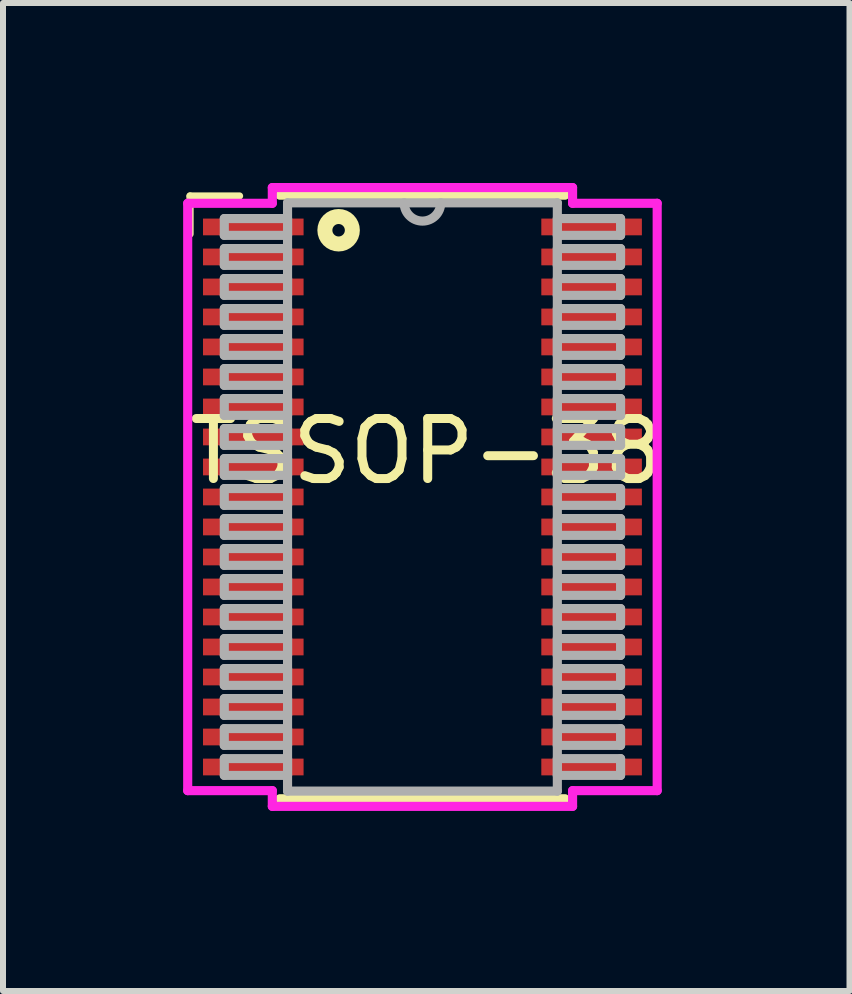
<source format=kicad_pcb>
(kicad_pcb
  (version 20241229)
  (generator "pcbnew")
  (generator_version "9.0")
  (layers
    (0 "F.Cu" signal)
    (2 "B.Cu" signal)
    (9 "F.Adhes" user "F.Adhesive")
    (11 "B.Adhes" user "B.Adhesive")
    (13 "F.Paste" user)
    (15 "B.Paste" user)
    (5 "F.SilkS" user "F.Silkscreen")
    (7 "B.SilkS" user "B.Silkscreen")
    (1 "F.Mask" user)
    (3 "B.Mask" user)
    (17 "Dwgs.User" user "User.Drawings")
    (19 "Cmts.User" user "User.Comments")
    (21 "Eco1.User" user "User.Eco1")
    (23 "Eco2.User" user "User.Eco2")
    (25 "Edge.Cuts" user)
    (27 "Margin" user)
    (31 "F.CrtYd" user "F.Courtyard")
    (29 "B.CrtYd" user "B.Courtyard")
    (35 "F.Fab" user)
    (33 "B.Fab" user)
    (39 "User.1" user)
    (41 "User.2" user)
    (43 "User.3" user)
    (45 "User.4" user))
  (footprint "TSSOP-38"
    (layer "F.Cu")
    (at 3.99 5.232)
    (property "Reference" "TSSOP-38" (at 0.064 -0.762 0) (layer "F.SilkS") (effects (font (size 1 1) (thickness 0.15))))
    (attr through_hole)
    (fp_line (start -3.873 -5.016) (end -3.873 -4.381) (stroke (width 0.12) (type solid)) (layer "F.SilkS"))
    (fp_line (start -3.048 -5.016) (end -3.873 -5.016) (stroke (width 0.12) (type solid)) (layer "F.SilkS"))
    (fp_line (start -2.375 5.029) (end 2.375 5.029) (stroke (width 0.152) (type solid)) (layer "F.SilkS"))
    (fp_line (start 2.375 -5.029) (end -2.375 -5.029) (stroke (width 0.152) (type solid)) (layer "F.SilkS"))
    (fp_circle (center -1.397 -4.445) (end -1.168 -4.445) (stroke (width 0.25) (type solid)) (fill no) (layer "F.SilkS"))
    (fp_line (start -3.912 -4.894) (end -2.502 -4.894) (stroke (width 0.152) (type solid)) (layer "F.CrtYd"))
    (fp_line (start -3.912 4.894) (end -3.912 -4.894) (stroke (width 0.152) (type solid)) (layer "F.CrtYd"))
    (fp_line (start -2.502 -5.156) (end 2.502 -5.156) (stroke (width 0.152) (type solid)) (layer "F.CrtYd"))
    (fp_line (start -2.502 -4.894) (end -2.502 -5.156) (stroke (width 0.152) (type solid)) (layer "F.CrtYd"))
    (fp_line (start -2.502 4.894) (end -3.912 4.894) (stroke (width 0.152) (type solid)) (layer "F.CrtYd"))
    (fp_line (start -2.502 5.156) (end -2.502 4.894) (stroke (width 0.152) (type solid)) (layer "F.CrtYd"))
    (fp_line (start 2.502 -5.156) (end 2.502 -4.894) (stroke (width 0.152) (type solid)) (layer "F.CrtYd"))
    (fp_line (start 2.502 -4.894) (end 3.912 -4.894) (stroke (width 0.152) (type solid)) (layer "F.CrtYd"))
    (fp_line (start 2.502 4.894) (end 2.502 5.156) (stroke (width 0.152) (type solid)) (layer "F.CrtYd"))
    (fp_line (start 2.502 5.156) (end -2.502 5.156) (stroke (width 0.152) (type solid)) (layer "F.CrtYd"))
    (fp_line (start 3.912 -4.894) (end 3.912 4.894) (stroke (width 0.152) (type solid)) (layer "F.CrtYd"))
    (fp_line (start 3.912 4.894) (end 2.502 4.894) (stroke (width 0.152) (type solid)) (layer "F.CrtYd"))
    (fp_line (start -3.302 -4.64) (end -3.302 -4.36) (stroke (width 0.152) (type solid)) (layer "F.Fab"))
    (fp_line (start -3.302 -4.36) (end -2.248 -4.36) (stroke (width 0.152) (type solid)) (layer "F.Fab"))
    (fp_line (start -3.302 -4.14) (end -3.302 -3.86) (stroke (width 0.152) (type solid)) (layer "F.Fab"))
    (fp_line (start -3.302 -3.86) (end -2.248 -3.86) (stroke (width 0.152) (type solid)) (layer "F.Fab"))
    (fp_line (start -3.302 -3.64) (end -3.302 -3.36) (stroke (width 0.152) (type solid)) (layer "F.Fab"))
    (fp_line (start -3.302 -3.36) (end -2.248 -3.36) (stroke (width 0.152) (type solid)) (layer "F.Fab"))
    (fp_line (start -3.302 -3.14) (end -3.302 -2.86) (stroke (width 0.152) (type solid)) (layer "F.Fab"))
    (fp_line (start -3.302 -2.86) (end -2.248 -2.86) (stroke (width 0.152) (type solid)) (layer "F.Fab"))
    (fp_line (start -3.302 -2.64) (end -3.302 -2.36) (stroke (width 0.152) (type solid)) (layer "F.Fab"))
    (fp_line (start -3.302 -2.36) (end -2.248 -2.36) (stroke (width 0.152) (type solid)) (layer "F.Fab"))
    (fp_line (start -3.302 -2.14) (end -3.302 -1.86) (stroke (width 0.152) (type solid)) (layer "F.Fab"))
    (fp_line (start -3.302 -1.86) (end -2.248 -1.86) (stroke (width 0.152) (type solid)) (layer "F.Fab"))
    (fp_line (start -3.302 -1.64) (end -3.302 -1.36) (stroke (width 0.152) (type solid)) (layer "F.Fab"))
    (fp_line (start -3.302 -1.36) (end -2.248 -1.36) (stroke (width 0.152) (type solid)) (layer "F.Fab"))
    (fp_line (start -3.302 -1.14) (end -3.302 -0.86) (stroke (width 0.152) (type solid)) (layer "F.Fab"))
    (fp_line (start -3.302 -0.86) (end -2.248 -0.86) (stroke (width 0.152) (type solid)) (layer "F.Fab"))
    (fp_line (start -3.302 -0.64) (end -3.302 -0.36) (stroke (width 0.152) (type solid)) (layer "F.Fab"))
    (fp_line (start -3.302 -0.36) (end -2.248 -0.36) (stroke (width 0.152) (type solid)) (layer "F.Fab"))
    (fp_line (start -3.302 -0.14) (end -3.302 0.14) (stroke (width 0.152) (type solid)) (layer "F.Fab"))
    (fp_line (start -3.302 0.14) (end -2.248 0.14) (stroke (width 0.152) (type solid)) (layer "F.Fab"))
    (fp_line (start -3.302 0.36) (end -3.302 0.64) (stroke (width 0.152) (type solid)) (layer "F.Fab"))
    (fp_line (start -3.302 0.64) (end -2.248 0.64) (stroke (width 0.152) (type solid)) (layer "F.Fab"))
    (fp_line (start -3.302 0.86) (end -3.302 1.14) (stroke (width 0.152) (type solid)) (layer "F.Fab"))
    (fp_line (start -3.302 1.14) (end -2.248 1.14) (stroke (width 0.152) (type solid)) (layer "F.Fab"))
    (fp_line (start -3.302 1.36) (end -3.302 1.64) (stroke (width 0.152) (type solid)) (layer "F.Fab"))
    (fp_line (start -3.302 1.64) (end -2.248 1.64) (stroke (width 0.152) (type solid)) (layer "F.Fab"))
    (fp_line (start -3.302 1.86) (end -3.302 2.14) (stroke (width 0.152) (type solid)) (layer "F.Fab"))
    (fp_line (start -3.302 2.14) (end -2.248 2.14) (stroke (width 0.152) (type solid)) (layer "F.Fab"))
    (fp_line (start -3.302 2.36) (end -3.302 2.64) (stroke (width 0.152) (type solid)) (layer "F.Fab"))
    (fp_line (start -3.302 2.64) (end -2.248 2.64) (stroke (width 0.152) (type solid)) (layer "F.Fab"))
    (fp_line (start -3.302 2.86) (end -3.302 3.14) (stroke (width 0.152) (type solid)) (layer "F.Fab"))
    (fp_line (start -3.302 3.14) (end -2.248 3.14) (stroke (width 0.152) (type solid)) (layer "F.Fab"))
    (fp_line (start -3.302 3.36) (end -3.302 3.64) (stroke (width 0.152) (type solid)) (layer "F.Fab"))
    (fp_line (start -3.302 3.64) (end -2.248 3.64) (stroke (width 0.152) (type solid)) (layer "F.Fab"))
    (fp_line (start -3.302 3.86) (end -3.302 4.14) (stroke (width 0.152) (type solid)) (layer "F.Fab"))
    (fp_line (start -3.302 4.14) (end -2.248 4.14) (stroke (width 0.152) (type solid)) (layer "F.Fab"))
    (fp_line (start -3.302 4.36) (end -3.302 4.64) (stroke (width 0.152) (type solid)) (layer "F.Fab"))
    (fp_line (start -3.302 4.64) (end -2.248 4.64) (stroke (width 0.152) (type solid)) (layer "F.Fab"))
    (fp_line (start -2.248 -4.902) (end -2.248 4.902) (stroke (width 0.152) (type solid)) (layer "F.Fab"))
    (fp_line (start -2.248 -4.64) (end -3.302 -4.64) (stroke (width 0.152) (type solid)) (layer "F.Fab"))
    (fp_line (start -2.248 -4.36) (end -2.248 -4.64) (stroke (width 0.152) (type solid)) (layer "F.Fab"))
    (fp_line (start -2.248 -4.14) (end -3.302 -4.14) (stroke (width 0.152) (type solid)) (layer "F.Fab"))
    (fp_line (start -2.248 -3.86) (end -2.248 -4.14) (stroke (width 0.152) (type solid)) (layer "F.Fab"))
    (fp_line (start -2.248 -3.64) (end -3.302 -3.64) (stroke (width 0.152) (type solid)) (layer "F.Fab"))
    (fp_line (start -2.248 -3.36) (end -2.248 -3.64) (stroke (width 0.152) (type solid)) (layer "F.Fab"))
    (fp_line (start -2.248 -3.14) (end -3.302 -3.14) (stroke (width 0.152) (type solid)) (layer "F.Fab"))
    (fp_line (start -2.248 -2.86) (end -2.248 -3.14) (stroke (width 0.152) (type solid)) (layer "F.Fab"))
    (fp_line (start -2.248 -2.64) (end -3.302 -2.64) (stroke (width 0.152) (type solid)) (layer "F.Fab"))
    (fp_line (start -2.248 -2.36) (end -2.248 -2.64) (stroke (width 0.152) (type solid)) (layer "F.Fab"))
    (fp_line (start -2.248 -2.14) (end -3.302 -2.14) (stroke (width 0.152) (type solid)) (layer "F.Fab"))
    (fp_line (start -2.248 -1.86) (end -2.248 -2.14) (stroke (width 0.152) (type solid)) (layer "F.Fab"))
    (fp_line (start -2.248 -1.64) (end -3.302 -1.64) (stroke (width 0.152) (type solid)) (layer "F.Fab"))
    (fp_line (start -2.248 -1.36) (end -2.248 -1.64) (stroke (width 0.152) (type solid)) (layer "F.Fab"))
    (fp_line (start -2.248 -1.14) (end -3.302 -1.14) (stroke (width 0.152) (type solid)) (layer "F.Fab"))
    (fp_line (start -2.248 -0.86) (end -2.248 -1.14) (stroke (width 0.152) (type solid)) (layer "F.Fab"))
    (fp_line (start -2.248 -0.64) (end -3.302 -0.64) (stroke (width 0.152) (type solid)) (layer "F.Fab"))
    (fp_line (start -2.248 -0.36) (end -2.248 -0.64) (stroke (width 0.152) (type solid)) (layer "F.Fab"))
    (fp_line (start -2.248 -0.14) (end -3.302 -0.14) (stroke (width 0.152) (type solid)) (layer "F.Fab"))
    (fp_line (start -2.248 0.14) (end -2.248 -0.14) (stroke (width 0.152) (type solid)) (layer "F.Fab"))
    (fp_line (start -2.248 0.36) (end -3.302 0.36) (stroke (width 0.152) (type solid)) (layer "F.Fab"))
    (fp_line (start -2.248 0.64) (end -2.248 0.36) (stroke (width 0.152) (type solid)) (layer "F.Fab"))
    (fp_line (start -2.248 0.86) (end -3.302 0.86) (stroke (width 0.152) (type solid)) (layer "F.Fab"))
    (fp_line (start -2.248 1.14) (end -2.248 0.86) (stroke (width 0.152) (type solid)) (layer "F.Fab"))
    (fp_line (start -2.248 1.36) (end -3.302 1.36) (stroke (width 0.152) (type solid)) (layer "F.Fab"))
    (fp_line (start -2.248 1.64) (end -2.248 1.36) (stroke (width 0.152) (type solid)) (layer "F.Fab"))
    (fp_line (start -2.248 1.86) (end -3.302 1.86) (stroke (width 0.152) (type solid)) (layer "F.Fab"))
    (fp_line (start -2.248 2.14) (end -2.248 1.86) (stroke (width 0.152) (type solid)) (layer "F.Fab"))
    (fp_line (start -2.248 2.36) (end -3.302 2.36) (stroke (width 0.152) (type solid)) (layer "F.Fab"))
    (fp_line (start -2.248 2.64) (end -2.248 2.36) (stroke (width 0.152) (type solid)) (layer "F.Fab"))
    (fp_line (start -2.248 2.86) (end -3.302 2.86) (stroke (width 0.152) (type solid)) (layer "F.Fab"))
    (fp_line (start -2.248 3.14) (end -2.248 2.86) (stroke (width 0.152) (type solid)) (layer "F.Fab"))
    (fp_line (start -2.248 3.36) (end -3.302 3.36) (stroke (width 0.152) (type solid)) (layer "F.Fab"))
    (fp_line (start -2.248 3.64) (end -2.248 3.36) (stroke (width 0.152) (type solid)) (layer "F.Fab"))
    (fp_line (start -2.248 3.86) (end -3.302 3.86) (stroke (width 0.152) (type solid)) (layer "F.Fab"))
    (fp_line (start -2.248 4.14) (end -2.248 3.86) (stroke (width 0.152) (type solid)) (layer "F.Fab"))
    (fp_line (start -2.248 4.36) (end -3.302 4.36) (stroke (width 0.152) (type solid)) (layer "F.Fab"))
    (fp_line (start -2.248 4.64) (end -2.248 4.36) (stroke (width 0.152) (type solid)) (layer "F.Fab"))
    (fp_line (start -2.248 4.902) (end 2.248 4.902) (stroke (width 0.152) (type solid)) (layer "F.Fab"))
    (fp_line (start 2.248 -4.902) (end -2.248 -4.902) (stroke (width 0.152) (type solid)) (layer "F.Fab"))
    (fp_line (start 2.248 -4.64) (end 2.248 -4.36) (stroke (width 0.152) (type solid)) (layer "F.Fab"))
    (fp_line (start 2.248 -4.36) (end 3.302 -4.36) (stroke (width 0.152) (type solid)) (layer "F.Fab"))
    (fp_line (start 2.248 -4.14) (end 2.248 -3.86) (stroke (width 0.152) (type solid)) (layer "F.Fab"))
    (fp_line (start 2.248 -3.86) (end 3.302 -3.86) (stroke (width 0.152) (type solid)) (layer "F.Fab"))
    (fp_line (start 2.248 -3.64) (end 2.248 -3.36) (stroke (width 0.152) (type solid)) (layer "F.Fab"))
    (fp_line (start 2.248 -3.36) (end 3.302 -3.36) (stroke (width 0.152) (type solid)) (layer "F.Fab"))
    (fp_line (start 2.248 -3.14) (end 2.248 -2.86) (stroke (width 0.152) (type solid)) (layer "F.Fab"))
    (fp_line (start 2.248 -2.86) (end 3.302 -2.86) (stroke (width 0.152) (type solid)) (layer "F.Fab"))
    (fp_line (start 2.248 -2.64) (end 2.248 -2.36) (stroke (width 0.152) (type solid)) (layer "F.Fab"))
    (fp_line (start 2.248 -2.36) (end 3.302 -2.36) (stroke (width 0.152) (type solid)) (layer "F.Fab"))
    (fp_line (start 2.248 -2.14) (end 2.248 -1.86) (stroke (width 0.152) (type solid)) (layer "F.Fab"))
    (fp_line (start 2.248 -1.86) (end 3.302 -1.86) (stroke (width 0.152) (type solid)) (layer "F.Fab"))
    (fp_line (start 2.248 -1.64) (end 2.248 -1.36) (stroke (width 0.152) (type solid)) (layer "F.Fab"))
    (fp_line (start 2.248 -1.36) (end 3.302 -1.36) (stroke (width 0.152) (type solid)) (layer "F.Fab"))
    (fp_line (start 2.248 -1.14) (end 2.248 -0.86) (stroke (width 0.152) (type solid)) (layer "F.Fab"))
    (fp_line (start 2.248 -0.86) (end 3.302 -0.86) (stroke (width 0.152) (type solid)) (layer "F.Fab"))
    (fp_line (start 2.248 -0.64) (end 2.248 -0.36) (stroke (width 0.152) (type solid)) (layer "F.Fab"))
    (fp_line (start 2.248 -0.36) (end 3.302 -0.36) (stroke (width 0.152) (type solid)) (layer "F.Fab"))
    (fp_line (start 2.248 -0.14) (end 2.248 0.14) (stroke (width 0.152) (type solid)) (layer "F.Fab"))
    (fp_line (start 2.248 0.14) (end 3.302 0.14) (stroke (width 0.152) (type solid)) (layer "F.Fab"))
    (fp_line (start 2.248 0.36) (end 2.248 0.64) (stroke (width 0.152) (type solid)) (layer "F.Fab"))
    (fp_line (start 2.248 0.64) (end 3.302 0.64) (stroke (width 0.152) (type solid)) (layer "F.Fab"))
    (fp_line (start 2.248 0.86) (end 2.248 1.14) (stroke (width 0.152) (type solid)) (layer "F.Fab"))
    (fp_line (start 2.248 1.14) (end 3.302 1.14) (stroke (width 0.152) (type solid)) (layer "F.Fab"))
    (fp_line (start 2.248 1.36) (end 2.248 1.64) (stroke (width 0.152) (type solid)) (layer "F.Fab"))
    (fp_line (start 2.248 1.64) (end 3.302 1.64) (stroke (width 0.152) (type solid)) (layer "F.Fab"))
    (fp_line (start 2.248 1.86) (end 2.248 2.14) (stroke (width 0.152) (type solid)) (layer "F.Fab"))
    (fp_line (start 2.248 2.14) (end 3.302 2.14) (stroke (width 0.152) (type solid)) (layer "F.Fab"))
    (fp_line (start 2.248 2.36) (end 2.248 2.64) (stroke (width 0.152) (type solid)) (layer "F.Fab"))
    (fp_line (start 2.248 2.64) (end 3.302 2.64) (stroke (width 0.152) (type solid)) (layer "F.Fab"))
    (fp_line (start 2.248 2.86) (end 2.248 3.14) (stroke (width 0.152) (type solid)) (layer "F.Fab"))
    (fp_line (start 2.248 3.14) (end 3.302 3.14) (stroke (width 0.152) (type solid)) (layer "F.Fab"))
    (fp_line (start 2.248 3.36) (end 2.248 3.64) (stroke (width 0.152) (type solid)) (layer "F.Fab"))
    (fp_line (start 2.248 3.64) (end 3.302 3.64) (stroke (width 0.152) (type solid)) (layer "F.Fab"))
    (fp_line (start 2.248 3.86) (end 2.248 4.14) (stroke (width 0.152) (type solid)) (layer "F.Fab"))
    (fp_line (start 2.248 4.14) (end 3.302 4.14) (stroke (width 0.152) (type solid)) (layer "F.Fab"))
    (fp_line (start 2.248 4.36) (end 2.248 4.64) (stroke (width 0.152) (type solid)) (layer "F.Fab"))
    (fp_line (start 2.248 4.64) (end 3.302 4.64) (stroke (width 0.152) (type solid)) (layer "F.Fab"))
    (fp_line (start 2.248 4.902) (end 2.248 -4.902) (stroke (width 0.152) (type solid)) (layer "F.Fab"))
    (fp_line (start 3.302 -4.64) (end 2.248 -4.64) (stroke (width 0.152) (type solid)) (layer "F.Fab"))
    (fp_line (start 3.302 -4.36) (end 3.302 -4.64) (stroke (width 0.152) (type solid)) (layer "F.Fab"))
    (fp_line (start 3.302 -4.14) (end 2.248 -4.14) (stroke (width 0.152) (type solid)) (layer "F.Fab"))
    (fp_line (start 3.302 -3.86) (end 3.302 -4.14) (stroke (width 0.152) (type solid)) (layer "F.Fab"))
    (fp_line (start 3.302 -3.64) (end 2.248 -3.64) (stroke (width 0.152) (type solid)) (layer "F.Fab"))
    (fp_line (start 3.302 -3.36) (end 3.302 -3.64) (stroke (width 0.152) (type solid)) (layer "F.Fab"))
    (fp_line (start 3.302 -3.14) (end 2.248 -3.14) (stroke (width 0.152) (type solid)) (layer "F.Fab"))
    (fp_line (start 3.302 -2.86) (end 3.302 -3.14) (stroke (width 0.152) (type solid)) (layer "F.Fab"))
    (fp_line (start 3.302 -2.64) (end 2.248 -2.64) (stroke (width 0.152) (type solid)) (layer "F.Fab"))
    (fp_line (start 3.302 -2.36) (end 3.302 -2.64) (stroke (width 0.152) (type solid)) (layer "F.Fab"))
    (fp_line (start 3.302 -2.14) (end 2.248 -2.14) (stroke (width 0.152) (type solid)) (layer "F.Fab"))
    (fp_line (start 3.302 -1.86) (end 3.302 -2.14) (stroke (width 0.152) (type solid)) (layer "F.Fab"))
    (fp_line (start 3.302 -1.64) (end 2.248 -1.64) (stroke (width 0.152) (type solid)) (layer "F.Fab"))
    (fp_line (start 3.302 -1.36) (end 3.302 -1.64) (stroke (width 0.152) (type solid)) (layer "F.Fab"))
    (fp_line (start 3.302 -1.14) (end 2.248 -1.14) (stroke (width 0.152) (type solid)) (layer "F.Fab"))
    (fp_line (start 3.302 -0.86) (end 3.302 -1.14) (stroke (width 0.152) (type solid)) (layer "F.Fab"))
    (fp_line (start 3.302 -0.64) (end 2.248 -0.64) (stroke (width 0.152) (type solid)) (layer "F.Fab"))
    (fp_line (start 3.302 -0.36) (end 3.302 -0.64) (stroke (width 0.152) (type solid)) (layer "F.Fab"))
    (fp_line (start 3.302 -0.14) (end 2.248 -0.14) (stroke (width 0.152) (type solid)) (layer "F.Fab"))
    (fp_line (start 3.302 0.14) (end 3.302 -0.14) (stroke (width 0.152) (type solid)) (layer "F.Fab"))
    (fp_line (start 3.302 0.36) (end 2.248 0.36) (stroke (width 0.152) (type solid)) (layer "F.Fab"))
    (fp_line (start 3.302 0.64) (end 3.302 0.36) (stroke (width 0.152) (type solid)) (layer "F.Fab"))
    (fp_line (start 3.302 0.86) (end 2.248 0.86) (stroke (width 0.152) (type solid)) (layer "F.Fab"))
    (fp_line (start 3.302 1.14) (end 3.302 0.86) (stroke (width 0.152) (type solid)) (layer "F.Fab"))
    (fp_line (start 3.302 1.36) (end 2.248 1.36) (stroke (width 0.152) (type solid)) (layer "F.Fab"))
    (fp_line (start 3.302 1.64) (end 3.302 1.36) (stroke (width 0.152) (type solid)) (layer "F.Fab"))
    (fp_line (start 3.302 1.86) (end 2.248 1.86) (stroke (width 0.152) (type solid)) (layer "F.Fab"))
    (fp_line (start 3.302 2.14) (end 3.302 1.86) (stroke (width 0.152) (type solid)) (layer "F.Fab"))
    (fp_line (start 3.302 2.36) (end 2.248 2.36) (stroke (width 0.152) (type solid)) (layer "F.Fab"))
    (fp_line (start 3.302 2.64) (end 3.302 2.36) (stroke (width 0.152) (type solid)) (layer "F.Fab"))
    (fp_line (start 3.302 2.86) (end 2.248 2.86) (stroke (width 0.152) (type solid)) (layer "F.Fab"))
    (fp_line (start 3.302 3.14) (end 3.302 2.86) (stroke (width 0.152) (type solid)) (layer "F.Fab"))
    (fp_line (start 3.302 3.36) (end 2.248 3.36) (stroke (width 0.152) (type solid)) (layer "F.Fab"))
    (fp_line (start 3.302 3.64) (end 3.302 3.36) (stroke (width 0.152) (type solid)) (layer "F.Fab"))
    (fp_line (start 3.302 3.86) (end 2.248 3.86) (stroke (width 0.152) (type solid)) (layer "F.Fab"))
    (fp_line (start 3.302 4.14) (end 3.302 3.86) (stroke (width 0.152) (type solid)) (layer "F.Fab"))
    (fp_line (start 3.302 4.36) (end 2.248 4.36) (stroke (width 0.152) (type solid)) (layer "F.Fab"))
    (fp_line (start 3.302 4.64) (end 3.302 4.36) (stroke (width 0.152) (type solid)) (layer "F.Fab"))
    (fp_arc (start 0.3048 -4.9022) (mid 0 -4.5974) (end -0.3048 -4.9022) (stroke (width 0.1524) (type solid)) (layer "F.Fab"))
    (pad "1" smd rect (at -2.819 -4.5) (size 1.676 0.279) (layers "F.Cu" "F.Mask" "F.Paste"))
    (pad "2" smd rect (at -2.819 -4) (size 1.676 0.279) (layers "F.Cu" "F.Mask" "F.Paste"))
    (pad "3" smd rect (at -2.819 -3.5) (size 1.676 0.279) (layers "F.Cu" "F.Mask" "F.Paste"))
    (pad "4" smd rect (at -2.819 -3) (size 1.676 0.279) (layers "F.Cu" "F.Mask" "F.Paste"))
    (pad "5" smd rect (at -2.819 -2.5) (size 1.676 0.279) (layers "F.Cu" "F.Mask" "F.Paste"))
    (pad "6" smd rect (at -2.819 -2) (size 1.676 0.279) (layers "F.Cu" "F.Mask" "F.Paste"))
    (pad "7" smd rect (at -2.819 -1.5) (size 1.676 0.279) (layers "F.Cu" "F.Mask" "F.Paste"))
    (pad "8" smd rect (at -2.819 -1) (size 1.676 0.279) (layers "F.Cu" "F.Mask" "F.Paste"))
    (pad "9" smd rect (at -2.819 -0.5) (size 1.676 0.279) (layers "F.Cu" "F.Mask" "F.Paste"))
    (pad "10" smd rect (at -2.819 0) (size 1.676 0.279) (layers "F.Cu" "F.Mask" "F.Paste"))
    (pad "11" smd rect (at -2.819 0.5) (size 1.676 0.279) (layers "F.Cu" "F.Mask" "F.Paste"))
    (pad "12" smd rect (at -2.819 1) (size 1.676 0.279) (layers "F.Cu" "F.Mask" "F.Paste"))
    (pad "13" smd rect (at -2.819 1.5) (size 1.676 0.279) (layers "F.Cu" "F.Mask" "F.Paste"))
    (pad "14" smd rect (at -2.819 2) (size 1.676 0.279) (layers "F.Cu" "F.Mask" "F.Paste"))
    (pad "15" smd rect (at -2.819 2.5) (size 1.676 0.279) (layers "F.Cu" "F.Mask" "F.Paste"))
    (pad "16" smd rect (at -2.819 3) (size 1.676 0.279) (layers "F.Cu" "F.Mask" "F.Paste"))
    (pad "17" smd rect (at -2.819 3.5) (size 1.676 0.279) (layers "F.Cu" "F.Mask" "F.Paste"))
    (pad "18" smd rect (at -2.819 4) (size 1.676 0.279) (layers "F.Cu" "F.Mask" "F.Paste"))
    (pad "19" smd rect (at -2.819 4.5) (size 1.676 0.279) (layers "F.Cu" "F.Mask" "F.Paste"))
    (pad "20" smd rect (at 2.819 4.5) (size 1.676 0.279) (layers "F.Cu" "F.Mask" "F.Paste"))
    (pad "21" smd rect (at 2.819 4) (size 1.676 0.279) (layers "F.Cu" "F.Mask" "F.Paste"))
    (pad "22" smd rect (at 2.819 3.5) (size 1.676 0.279) (layers "F.Cu" "F.Mask" "F.Paste"))
    (pad "23" smd rect (at 2.819 3) (size 1.676 0.279) (layers "F.Cu" "F.Mask" "F.Paste"))
    (pad "24" smd rect (at 2.819 2.5) (size 1.676 0.279) (layers "F.Cu" "F.Mask" "F.Paste"))
    (pad "25" smd rect (at 2.819 2) (size 1.676 0.279) (layers "F.Cu" "F.Mask" "F.Paste"))
    (pad "26" smd rect (at 2.819 1.5) (size 1.676 0.279) (layers "F.Cu" "F.Mask" "F.Paste"))
    (pad "27" smd rect (at 2.819 1) (size 1.676 0.279) (layers "F.Cu" "F.Mask" "F.Paste"))
    (pad "28" smd rect (at 2.819 0.5) (size 1.676 0.279) (layers "F.Cu" "F.Mask" "F.Paste"))
    (pad "29" smd rect (at 2.819 0) (size 1.676 0.279) (layers "F.Cu" "F.Mask" "F.Paste"))
    (pad "30" smd rect (at 2.819 -0.5) (size 1.676 0.279) (layers "F.Cu" "F.Mask" "F.Paste"))
    (pad "31" smd rect (at 2.819 -1) (size 1.676 0.279) (layers "F.Cu" "F.Mask" "F.Paste"))
    (pad "32" smd rect (at 2.819 -1.5) (size 1.676 0.279) (layers "F.Cu" "F.Mask" "F.Paste"))
    (pad "33" smd rect (at 2.819 -2) (size 1.676 0.279) (layers "F.Cu" "F.Mask" "F.Paste"))
    (pad "34" smd rect (at 2.819 -2.5) (size 1.676 0.279) (layers "F.Cu" "F.Mask" "F.Paste"))
    (pad "35" smd rect (at 2.819 -3) (size 1.676 0.279) (layers "F.Cu" "F.Mask" "F.Paste"))
    (pad "36" smd rect (at 2.819 -3.5) (size 1.676 0.279) (layers "F.Cu" "F.Mask" "F.Paste"))
    (pad "37" smd rect (at 2.819 -4) (size 1.676 0.279) (layers "F.Cu" "F.Mask" "F.Paste"))
    (pad "38" smd rect (at 2.819 -4.5) (size 1.676 0.279) (layers "F.Cu" "F.Mask" "F.Paste")))
  (gr_rect
    (start -3 -3)
    (end 11.107 13.465)
    (stroke (width 0.1) (type default))
    (fill no)
    (layer "Edge.Cuts")))
</source>
